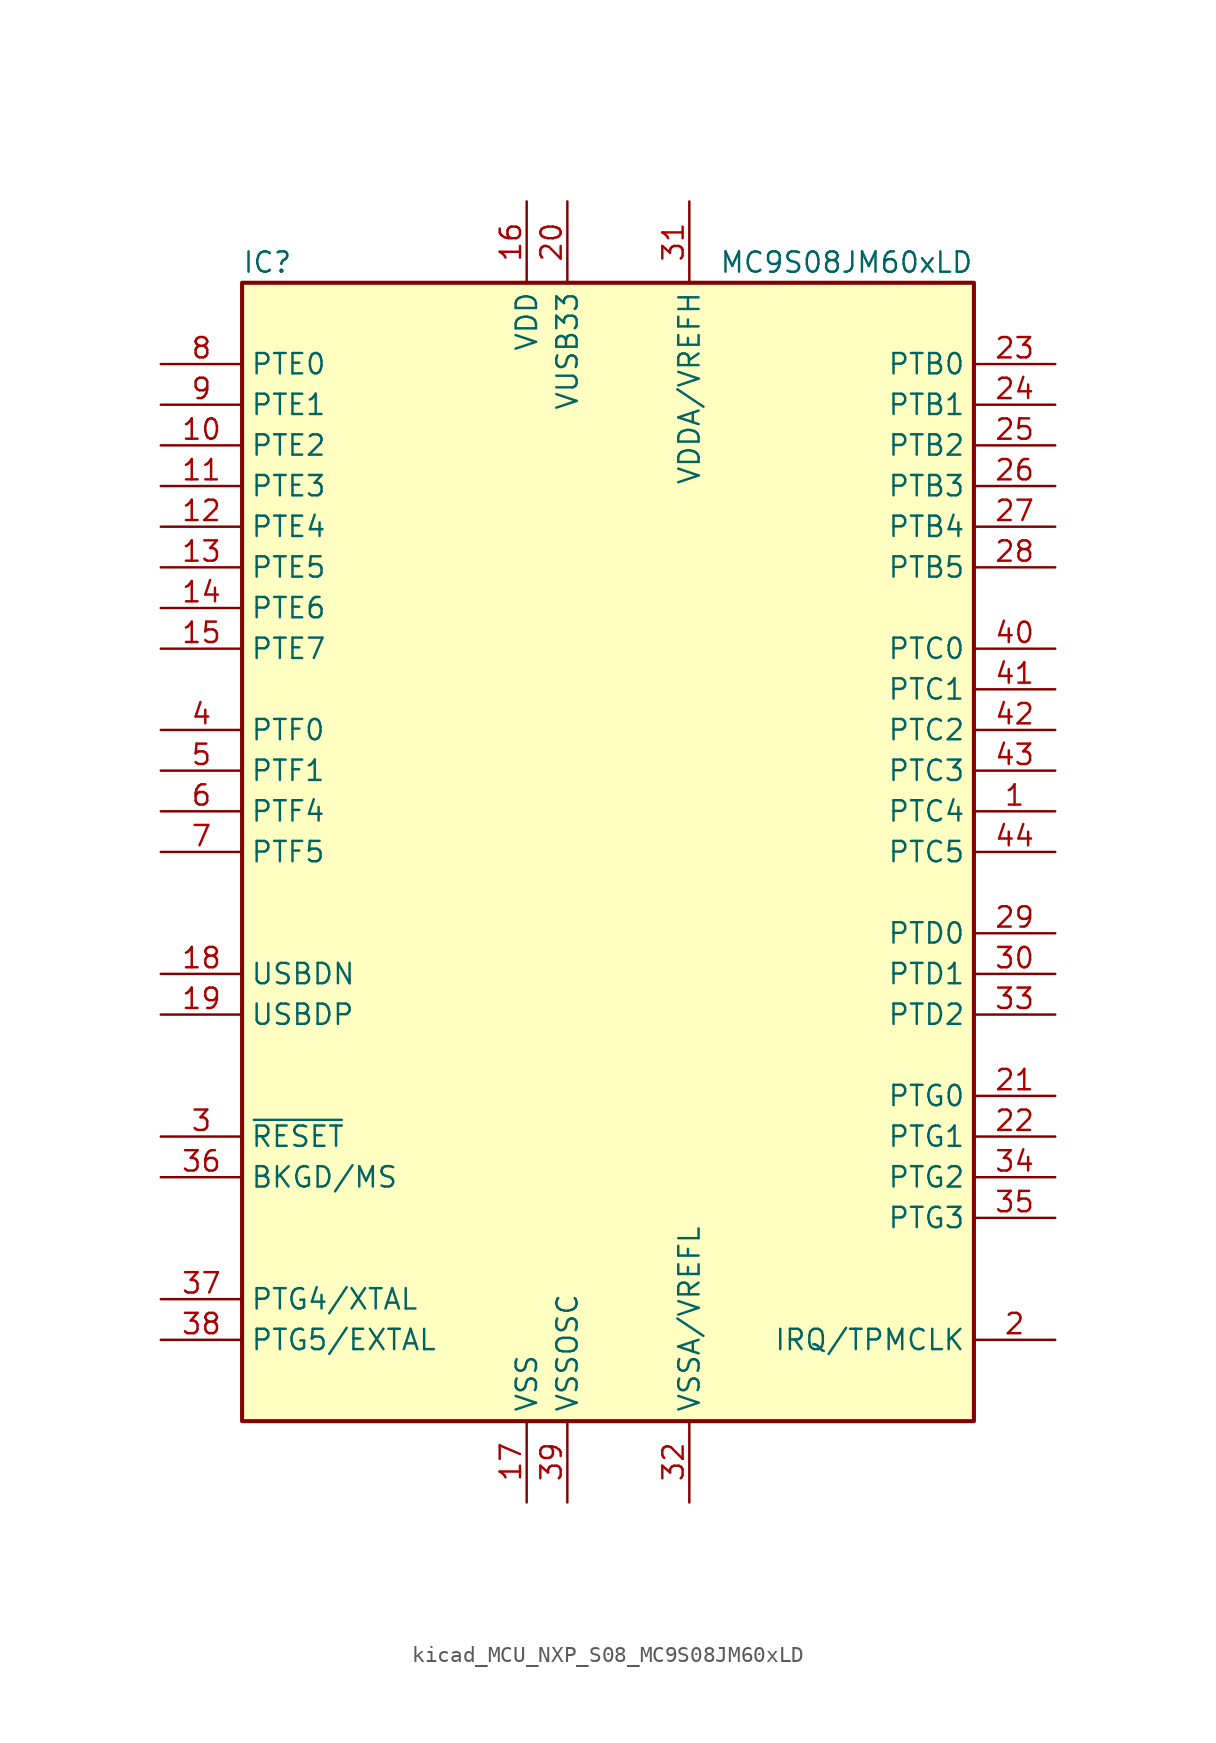
<source format=kicad_sym>
(kicad_symbol_lib
  (version 20220914)
  (generator kicad_symbol_editor)
  (symbol "kicad_MCU_NXP_S08_MC9S08JM60xLD"
    (property "Reference" "IC"
      (at -22.86 36.83 0)
      (effects (font (size 1.27 1.27)) (justify left)))
    (property "Value" "MC9S08JM60xLD"
      (at 22.86 36.83 0)
      (effects (font (size 1.27 1.27)) (justify right)))
    (symbol "kicad_MCU_NXP_S08_MC9S08JM60xLD_0_1"
      (rectangle (start -22.86 35.56) (end 22.86 -35.56) (stroke (width 0.254) (type default)) (fill (type background))))
    (symbol "kicad_MCU_NXP_S08_MC9S08JM60xLD_1_1"
      (pin bidirectional line (at 27.94 2.54 180) (length 5.08) (name "PTC4" (effects (font (size 1.27 1.27)))) (number "1" (effects (font (size 1.27 1.27)))))
      (pin bidirectional line (at -27.94 25.4 0) (length 5.08) (name "PTE2" (effects (font (size 1.27 1.27)))) (number "10" (effects (font (size 1.27 1.27)))))
      (pin bidirectional line (at -27.94 22.86 0) (length 5.08) (name "PTE3" (effects (font (size 1.27 1.27)))) (number "11" (effects (font (size 1.27 1.27)))))
      (pin bidirectional line (at -27.94 20.32 0) (length 5.08) (name "PTE4" (effects (font (size 1.27 1.27)))) (number "12" (effects (font (size 1.27 1.27)))))
      (pin bidirectional line (at -27.94 17.78 0) (length 5.08) (name "PTE5" (effects (font (size 1.27 1.27)))) (number "13" (effects (font (size 1.27 1.27)))))
      (pin bidirectional line (at -27.94 15.24 0) (length 5.08) (name "PTE6" (effects (font (size 1.27 1.27)))) (number "14" (effects (font (size 1.27 1.27)))))
      (pin bidirectional line (at -27.94 12.7 0) (length 5.08) (name "PTE7" (effects (font (size 1.27 1.27)))) (number "15" (effects (font (size 1.27 1.27)))))
      (pin power_in line (at -5.08 40.64 270) (length 5.08) (name "VDD" (effects (font (size 1.27 1.27)))) (number "16" (effects (font (size 1.27 1.27)))))
      (pin power_in line (at -5.08 -40.64 90) (length 5.08) (name "VSS" (effects (font (size 1.27 1.27)))) (number "17" (effects (font (size 1.27 1.27)))))
      (pin bidirectional line (at -27.94 -7.62 0) (length 5.08) (name "USBDN" (effects (font (size 1.27 1.27)))) (number "18" (effects (font (size 1.27 1.27)))))
      (pin bidirectional line (at -27.94 -10.16 0) (length 5.08) (name "USBDP" (effects (font (size 1.27 1.27)))) (number "19" (effects (font (size 1.27 1.27)))))
      (pin bidirectional line (at 27.94 -30.48 180) (length 5.08) (name "IRQ/TPMCLK" (effects (font (size 1.27 1.27)))) (number "2" (effects (font (size 1.27 1.27)))))
      (pin power_out line (at -2.54 40.64 270) (length 5.08) (name "VUSB33" (effects (font (size 1.27 1.27)))) (number "20" (effects (font (size 1.27 1.27)))))
      (pin bidirectional line (at 27.94 -15.24 180) (length 5.08) (name "PTG0" (effects (font (size 1.27 1.27)))) (number "21" (effects (font (size 1.27 1.27)))))
      (pin bidirectional line (at 27.94 -17.78 180) (length 5.08) (name "PTG1" (effects (font (size 1.27 1.27)))) (number "22" (effects (font (size 1.27 1.27)))))
      (pin bidirectional line (at 27.94 30.48 180) (length 5.08) (name "PTB0" (effects (font (size 1.27 1.27)))) (number "23" (effects (font (size 1.27 1.27)))))
      (pin bidirectional line (at 27.94 27.94 180) (length 5.08) (name "PTB1" (effects (font (size 1.27 1.27)))) (number "24" (effects (font (size 1.27 1.27)))))
      (pin bidirectional line (at 27.94 25.4 180) (length 5.08) (name "PTB2" (effects (font (size 1.27 1.27)))) (number "25" (effects (font (size 1.27 1.27)))))
      (pin bidirectional line (at 27.94 22.86 180) (length 5.08) (name "PTB3" (effects (font (size 1.27 1.27)))) (number "26" (effects (font (size 1.27 1.27)))))
      (pin bidirectional line (at 27.94 20.32 180) (length 5.08) (name "PTB4" (effects (font (size 1.27 1.27)))) (number "27" (effects (font (size 1.27 1.27)))))
      (pin bidirectional line (at 27.94 17.78 180) (length 5.08) (name "PTB5" (effects (font (size 1.27 1.27)))) (number "28" (effects (font (size 1.27 1.27)))))
      (pin bidirectional line (at 27.94 -5.08 180) (length 5.08) (name "PTD0" (effects (font (size 1.27 1.27)))) (number "29" (effects (font (size 1.27 1.27)))))
      (pin input line (at -27.94 -17.78 0) (length 5.08) (name "~{RESET}" (effects (font (size 1.27 1.27)))) (number "3" (effects (font (size 1.27 1.27)))))
      (pin bidirectional line (at 27.94 -7.62 180) (length 5.08) (name "PTD1" (effects (font (size 1.27 1.27)))) (number "30" (effects (font (size 1.27 1.27)))))
      (pin power_in line (at 5.08 40.64 270) (length 5.08) (name "VDDA/VREFH" (effects (font (size 1.27 1.27)))) (number "31" (effects (font (size 1.27 1.27)))))
      (pin power_in line (at 5.08 -40.64 90) (length 5.08) (name "VSSA/VREFL" (effects (font (size 1.27 1.27)))) (number "32" (effects (font (size 1.27 1.27)))))
      (pin bidirectional line (at 27.94 -10.16 180) (length 5.08) (name "PTD2" (effects (font (size 1.27 1.27)))) (number "33" (effects (font (size 1.27 1.27)))))
      (pin bidirectional line (at 27.94 -20.32 180) (length 5.08) (name "PTG2" (effects (font (size 1.27 1.27)))) (number "34" (effects (font (size 1.27 1.27)))))
      (pin bidirectional line (at 27.94 -22.86 180) (length 5.08) (name "PTG3" (effects (font (size 1.27 1.27)))) (number "35" (effects (font (size 1.27 1.27)))))
      (pin bidirectional line (at -27.94 -20.32 0) (length 5.08) (name "BKGD/MS" (effects (font (size 1.27 1.27)))) (number "36" (effects (font (size 1.27 1.27)))))
      (pin bidirectional line (at -27.94 -27.94 0) (length 5.08) (name "PTG4/XTAL" (effects (font (size 1.27 1.27)))) (number "37" (effects (font (size 1.27 1.27)))))
      (pin bidirectional line (at -27.94 -30.48 0) (length 5.08) (name "PTG5/EXTAL" (effects (font (size 1.27 1.27)))) (number "38" (effects (font (size 1.27 1.27)))))
      (pin power_in line (at -2.54 -40.64 90) (length 5.08) (name "VSSOSC" (effects (font (size 1.27 1.27)))) (number "39" (effects (font (size 1.27 1.27)))))
      (pin bidirectional line (at -27.94 7.62 0) (length 5.08) (name "PTF0" (effects (font (size 1.27 1.27)))) (number "4" (effects (font (size 1.27 1.27)))))
      (pin bidirectional line (at 27.94 12.7 180) (length 5.08) (name "PTC0" (effects (font (size 1.27 1.27)))) (number "40" (effects (font (size 1.27 1.27)))))
      (pin bidirectional line (at 27.94 10.16 180) (length 5.08) (name "PTC1" (effects (font (size 1.27 1.27)))) (number "41" (effects (font (size 1.27 1.27)))))
      (pin bidirectional line (at 27.94 7.62 180) (length 5.08) (name "PTC2" (effects (font (size 1.27 1.27)))) (number "42" (effects (font (size 1.27 1.27)))))
      (pin bidirectional line (at 27.94 5.08 180) (length 5.08) (name "PTC3" (effects (font (size 1.27 1.27)))) (number "43" (effects (font (size 1.27 1.27)))))
      (pin bidirectional line (at 27.94 0 180) (length 5.08) (name "PTC5" (effects (font (size 1.27 1.27)))) (number "44" (effects (font (size 1.27 1.27)))))
      (pin bidirectional line (at -27.94 5.08 0) (length 5.08) (name "PTF1" (effects (font (size 1.27 1.27)))) (number "5" (effects (font (size 1.27 1.27)))))
      (pin bidirectional line (at -27.94 2.54 0) (length 5.08) (name "PTF4" (effects (font (size 1.27 1.27)))) (number "6" (effects (font (size 1.27 1.27)))))
      (pin bidirectional line (at -27.94 0 0) (length 5.08) (name "PTF5" (effects (font (size 1.27 1.27)))) (number "7" (effects (font (size 1.27 1.27)))))
      (pin bidirectional line (at -27.94 30.48 0) (length 5.08) (name "PTE0" (effects (font (size 1.27 1.27)))) (number "8" (effects (font (size 1.27 1.27)))))
      (pin bidirectional line (at -27.94 27.94 0) (length 5.08) (name "PTE1" (effects (font (size 1.27 1.27)))) (number "9" (effects (font (size 1.27 1.27))))))))
</source>
